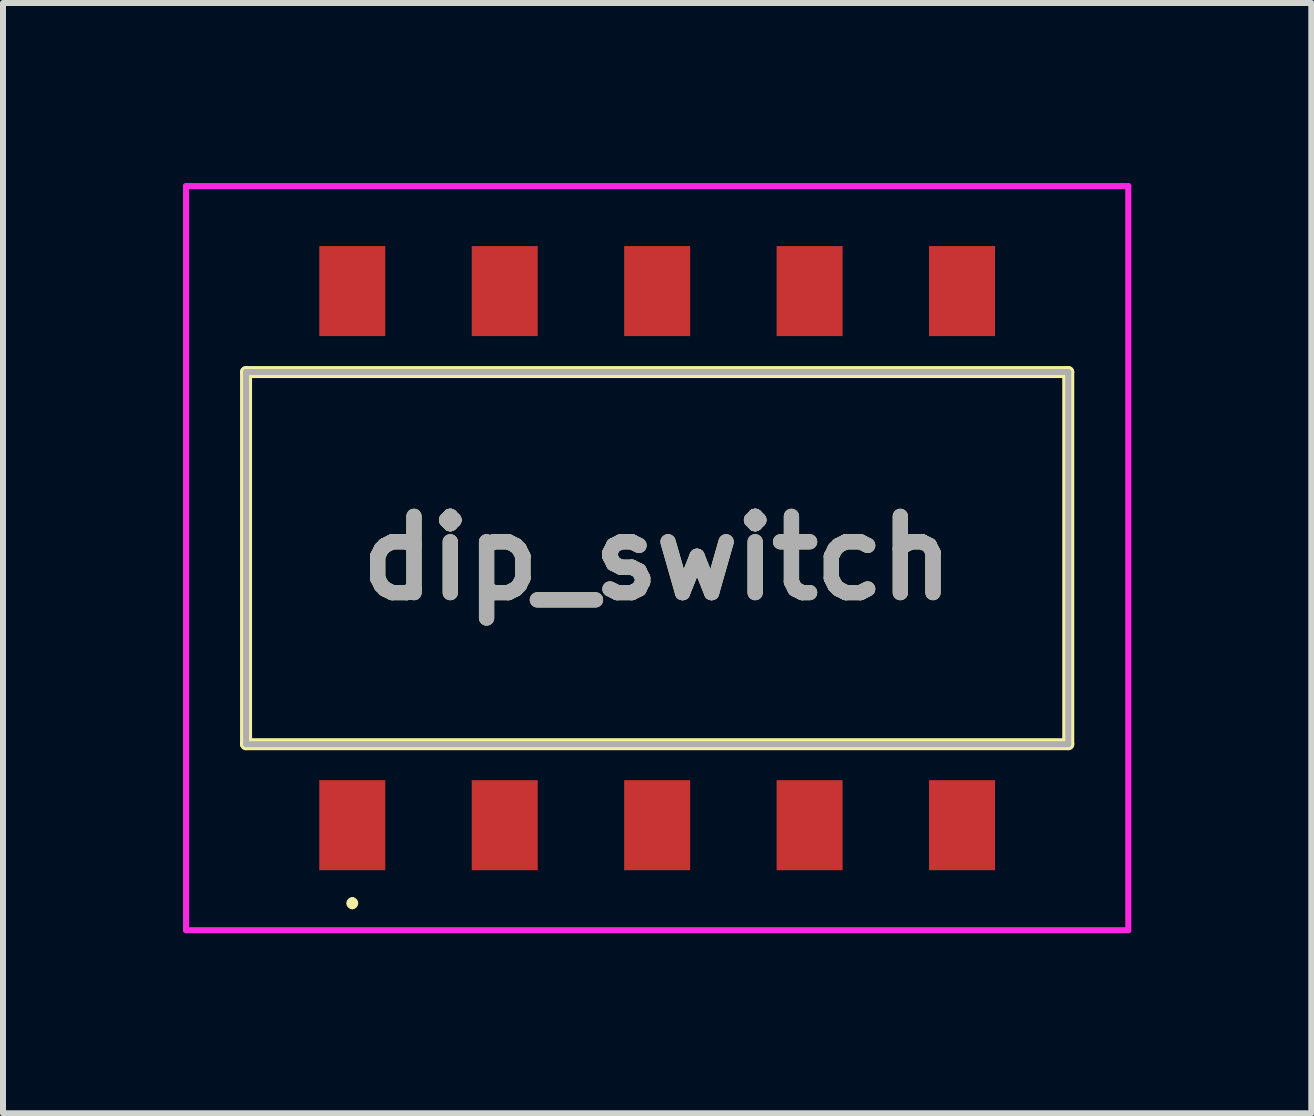
<source format=kicad_pcb>
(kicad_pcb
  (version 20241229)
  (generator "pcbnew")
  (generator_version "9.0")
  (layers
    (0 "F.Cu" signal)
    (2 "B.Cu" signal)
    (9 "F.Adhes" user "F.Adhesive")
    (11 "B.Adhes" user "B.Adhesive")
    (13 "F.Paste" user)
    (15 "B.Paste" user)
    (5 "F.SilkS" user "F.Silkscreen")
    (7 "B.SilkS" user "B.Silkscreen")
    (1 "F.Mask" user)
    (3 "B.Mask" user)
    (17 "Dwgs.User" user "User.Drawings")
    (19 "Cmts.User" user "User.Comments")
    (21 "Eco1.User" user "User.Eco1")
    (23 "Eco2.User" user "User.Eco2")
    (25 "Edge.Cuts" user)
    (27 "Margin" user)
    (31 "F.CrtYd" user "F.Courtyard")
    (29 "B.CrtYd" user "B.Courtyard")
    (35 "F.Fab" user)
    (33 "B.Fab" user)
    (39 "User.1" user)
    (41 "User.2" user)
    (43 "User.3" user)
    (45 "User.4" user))
  (footprint "dip_switch"
    (layer "F.Cu")
    (at 7.9 6.25)
    (property "Reference" "dip_switch" (at 0 0 0) (layer "F.SilkS") (effects (font (size 1.27 1.27) (thickness 0.254))))
    (attr smd)
    (fp_line (start -6.85 -3.1) (end 6.85 -3.1) (stroke (width 0.2) (type solid)) (layer "F.SilkS"))
    (fp_line (start -6.85 3.1) (end -6.85 -3.1) (stroke (width 0.2) (type solid)) (layer "F.SilkS"))
    (fp_line (start -5.08 5.7) (end -5.08 5.7) (stroke (width 0.1) (type solid)) (layer "F.SilkS"))
    (fp_line (start -5.08 5.8) (end -5.08 5.8) (stroke (width 0.1) (type solid)) (layer "F.SilkS"))
    (fp_line (start 6.85 -3.1) (end 6.85 3.1) (stroke (width 0.2) (type solid)) (layer "F.SilkS"))
    (fp_line (start 6.85 3.1) (end -6.85 3.1) (stroke (width 0.2) (type solid)) (layer "F.SilkS"))
    (fp_arc (start -5.08 5.7) (mid -5.03 5.75) (end -5.08 5.8) (stroke (width 0.1) (type solid)) (layer "F.SilkS"))
    (fp_arc (start -5.08 5.8) (mid -5.13 5.75) (end -5.08 5.7) (stroke (width 0.1) (type solid)) (layer "F.SilkS"))
    (fp_line (start -7.85 -6.2) (end 7.85 -6.2) (stroke (width 0.1) (type solid)) (layer "F.CrtYd"))
    (fp_line (start -7.85 6.2) (end -7.85 -6.2) (stroke (width 0.1) (type solid)) (layer "F.CrtYd"))
    (fp_line (start 7.85 -6.2) (end 7.85 6.2) (stroke (width 0.1) (type solid)) (layer "F.CrtYd"))
    (fp_line (start 7.85 6.2) (end -7.85 6.2) (stroke (width 0.1) (type solid)) (layer "F.CrtYd"))
    (fp_line (start -6.85 -3.1) (end 6.85 -3.1) (stroke (width 0.1) (type solid)) (layer "F.Fab"))
    (fp_line (start -6.85 3.1) (end -6.85 -3.1) (stroke (width 0.1) (type solid)) (layer "F.Fab"))
    (fp_line (start 6.85 -3.1) (end 6.85 3.1) (stroke (width 0.1) (type solid)) (layer "F.Fab"))
    (fp_line (start 6.85 3.1) (end -6.85 3.1) (stroke (width 0.1) (type solid)) (layer "F.Fab"))
    (fp_text user "${REFERENCE}" (at 0 0 0) (layer "F.Fab") (effects (font (size 1.27 1.27) (thickness 0.254))))
    (pad "1" smd rect (at -5.08 4.45) (size 1.1 1.5) (layers "F.Cu" "F.Mask" "F.Paste"))
    (pad "2" smd rect (at -5.08 -4.45) (size 1.1 1.5) (layers "F.Cu" "F.Mask" "F.Paste"))
    (pad "3" smd rect (at -2.54 4.45) (size 1.1 1.5) (layers "F.Cu" "F.Mask" "F.Paste"))
    (pad "4" smd rect (at -2.54 -4.45) (size 1.1 1.5) (layers "F.Cu" "F.Mask" "F.Paste"))
    (pad "5" smd rect (at 0 4.45) (size 1.1 1.5) (layers "F.Cu" "F.Mask" "F.Paste"))
    (pad "6" smd rect (at 0 -4.45) (size 1.1 1.5) (layers "F.Cu" "F.Mask" "F.Paste"))
    (pad "7" smd rect (at 2.54 4.45) (size 1.1 1.5) (layers "F.Cu" "F.Mask" "F.Paste"))
    (pad "8" smd rect (at 2.54 -4.45) (size 1.1 1.5) (layers "F.Cu" "F.Mask" "F.Paste"))
    (pad "9" smd rect (at 5.08 4.45) (size 1.1 1.5) (layers "F.Cu" "F.Mask" "F.Paste"))
    (pad "10" smd rect (at 5.08 -4.45) (size 1.1 1.5) (layers "F.Cu" "F.Mask" "F.Paste")))
  (gr_rect
    (start -3 -3)
    (end 18.8 15.5)
    (stroke (width 0.1) (type default))
    (fill no)
    (layer "Edge.Cuts")))
</source>
